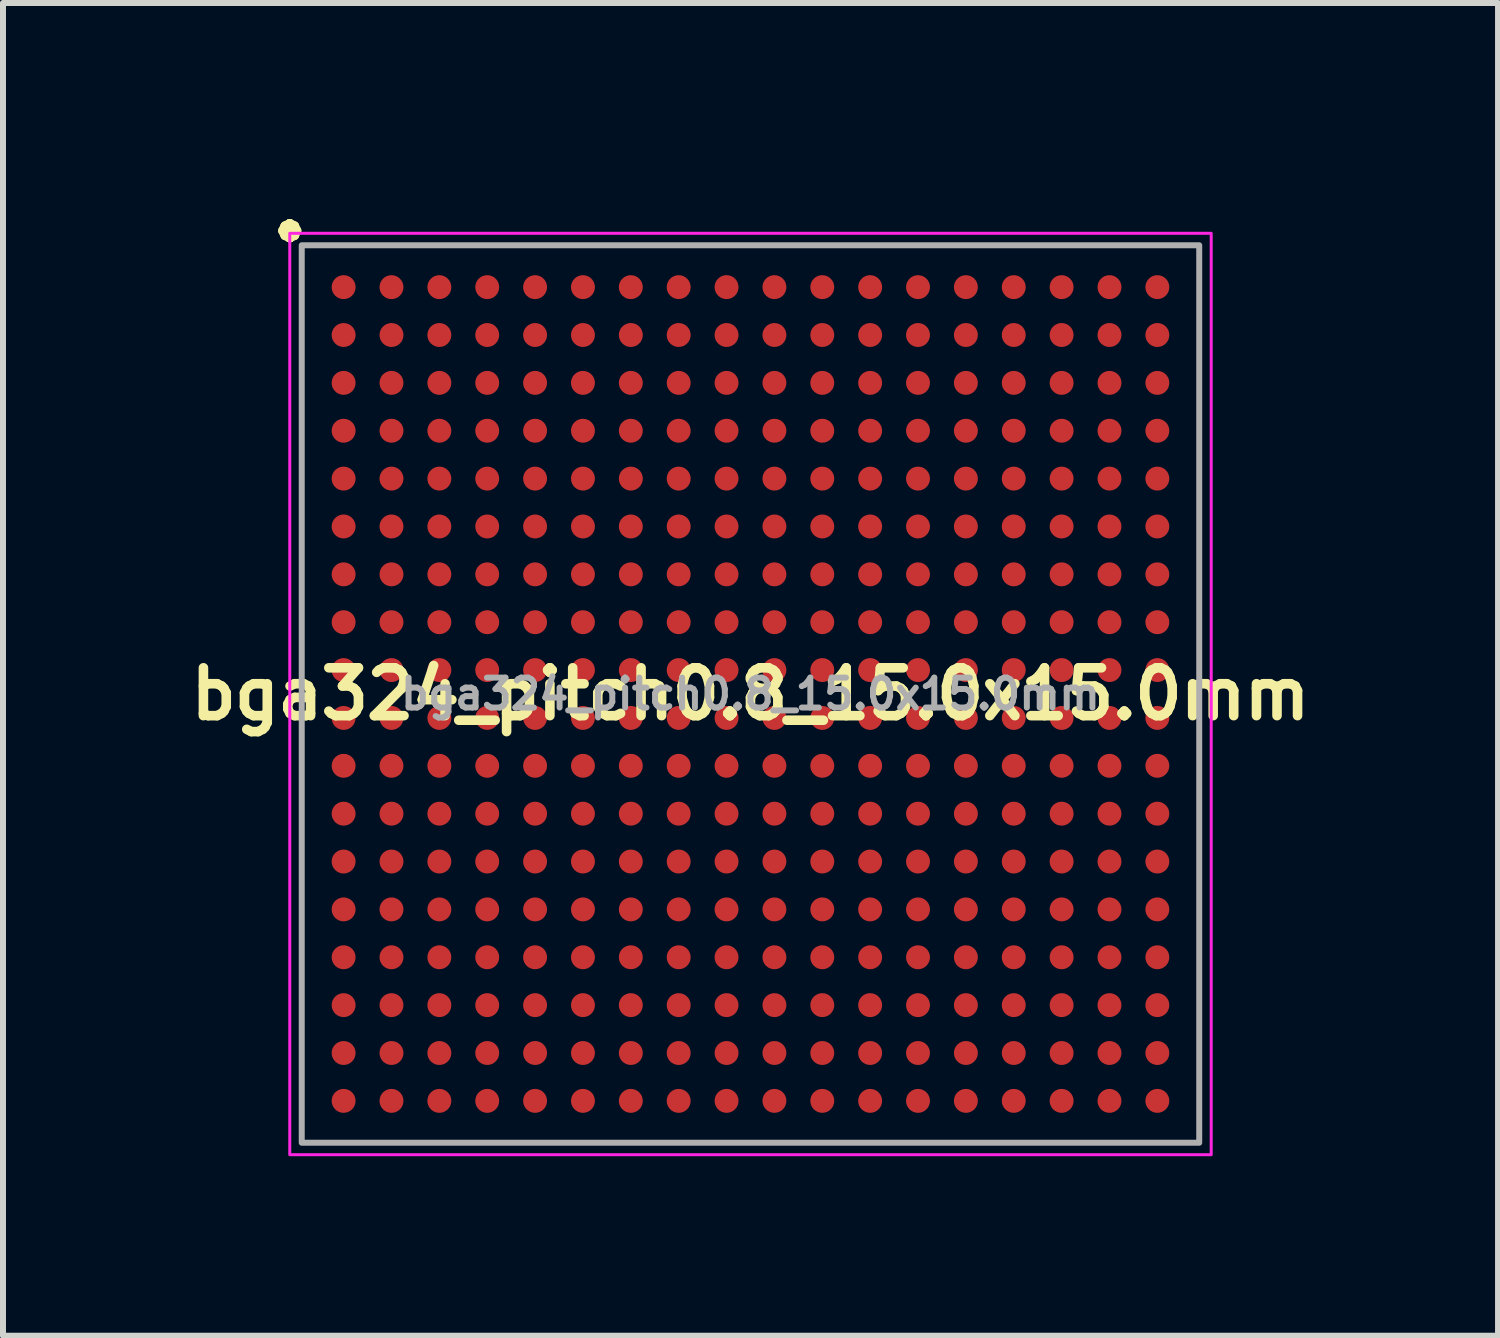
<source format=kicad_pcb>
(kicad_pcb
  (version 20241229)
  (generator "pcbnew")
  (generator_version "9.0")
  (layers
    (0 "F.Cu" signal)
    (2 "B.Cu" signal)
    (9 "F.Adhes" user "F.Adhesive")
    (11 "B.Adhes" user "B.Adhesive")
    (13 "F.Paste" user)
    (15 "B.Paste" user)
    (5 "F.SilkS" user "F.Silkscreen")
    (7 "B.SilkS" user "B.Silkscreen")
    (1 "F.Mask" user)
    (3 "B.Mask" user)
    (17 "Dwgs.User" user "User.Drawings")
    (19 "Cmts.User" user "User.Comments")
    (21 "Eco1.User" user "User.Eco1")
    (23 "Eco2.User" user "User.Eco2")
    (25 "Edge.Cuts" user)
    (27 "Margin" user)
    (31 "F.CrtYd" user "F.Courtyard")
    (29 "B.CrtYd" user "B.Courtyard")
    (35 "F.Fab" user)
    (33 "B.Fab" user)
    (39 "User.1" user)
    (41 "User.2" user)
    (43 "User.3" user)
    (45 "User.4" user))
  (footprint "bga324_pitch0.8_15.0x15.0mm"
    (layer "F.Cu")
    (at 9.493 8.549)
    (property "Reference" "bga324_pitch0.8_15.0x15.0mm" (at 0 0 0) (layer "F.SilkS") (effects (font (size 0.8 0.8) (thickness 0.16))))
    (property "Pin_1_mark" "•" (at -7.7 -7.8 0) (layer "F.SilkS") (effects (font (size 0.8 0.8) (thickness 0.16) (bold yes))))
    (attr smd)
    (fp_rect (start -7.7 -7.7) (end 7.7 7.7) (stroke (width 0.05) (type solid)) (fill no) (layer "F.CrtYd"))
    (fp_rect (start -7.5 -7.5) (end 7.5 7.5) (stroke (width 0.1) (type solid)) (fill no) (layer "F.Fab"))
    (fp_text user "${REFERENCE}" (at 0 0 0) (layer "F.Fab") (effects (font (size 0.5 0.5) (thickness 0.1))))
    (pad "A1" smd circle (at -6.8 -6.8) (size 0.4 0.4) (layers "F.Cu" "F.Mask" "F.Paste"))
    (pad "A2" smd circle (at -6 -6.8) (size 0.4 0.4) (layers "F.Cu" "F.Mask" "F.Paste"))
    (pad "A3" smd circle (at -5.2 -6.8) (size 0.4 0.4) (layers "F.Cu" "F.Mask" "F.Paste"))
    (pad "A4" smd circle (at -4.4 -6.8) (size 0.4 0.4) (layers "F.Cu" "F.Mask" "F.Paste"))
    (pad "A5" smd circle (at -3.6 -6.8) (size 0.4 0.4) (layers "F.Cu" "F.Mask" "F.Paste"))
    (pad "A6" smd circle (at -2.8 -6.8) (size 0.4 0.4) (layers "F.Cu" "F.Mask" "F.Paste"))
    (pad "A7" smd circle (at -2 -6.8) (size 0.4 0.4) (layers "F.Cu" "F.Mask" "F.Paste"))
    (pad "A8" smd circle (at -1.2 -6.8) (size 0.4 0.4) (layers "F.Cu" "F.Mask" "F.Paste"))
    (pad "A9" smd circle (at -0.4 -6.8) (size 0.4 0.4) (layers "F.Cu" "F.Mask" "F.Paste"))
    (pad "A10" smd circle (at 0.4 -6.8) (size 0.4 0.4) (layers "F.Cu" "F.Mask" "F.Paste"))
    (pad "A11" smd circle (at 1.2 -6.8) (size 0.4 0.4) (layers "F.Cu" "F.Mask" "F.Paste"))
    (pad "A12" smd circle (at 2 -6.8) (size 0.4 0.4) (layers "F.Cu" "F.Mask" "F.Paste"))
    (pad "A13" smd circle (at 2.8 -6.8) (size 0.4 0.4) (layers "F.Cu" "F.Mask" "F.Paste"))
    (pad "A14" smd circle (at 3.6 -6.8) (size 0.4 0.4) (layers "F.Cu" "F.Mask" "F.Paste"))
    (pad "A15" smd circle (at 4.4 -6.8) (size 0.4 0.4) (layers "F.Cu" "F.Mask" "F.Paste"))
    (pad "A16" smd circle (at 5.2 -6.8) (size 0.4 0.4) (layers "F.Cu" "F.Mask" "F.Paste"))
    (pad "A17" smd circle (at 6 -6.8) (size 0.4 0.4) (layers "F.Cu" "F.Mask" "F.Paste"))
    (pad "A18" smd circle (at 6.8 -6.8) (size 0.4 0.4) (layers "F.Cu" "F.Mask" "F.Paste"))
    (pad "B1" smd circle (at -6.8 -6) (size 0.4 0.4) (layers "F.Cu" "F.Mask" "F.Paste"))
    (pad "B2" smd circle (at -6 -6) (size 0.4 0.4) (layers "F.Cu" "F.Mask" "F.Paste"))
    (pad "B3" smd circle (at -5.2 -6) (size 0.4 0.4) (layers "F.Cu" "F.Mask" "F.Paste"))
    (pad "B4" smd circle (at -4.4 -6) (size 0.4 0.4) (layers "F.Cu" "F.Mask" "F.Paste"))
    (pad "B5" smd circle (at -3.6 -6) (size 0.4 0.4) (layers "F.Cu" "F.Mask" "F.Paste"))
    (pad "B6" smd circle (at -2.8 -6) (size 0.4 0.4) (layers "F.Cu" "F.Mask" "F.Paste"))
    (pad "B7" smd circle (at -2 -6) (size 0.4 0.4) (layers "F.Cu" "F.Mask" "F.Paste"))
    (pad "B8" smd circle (at -1.2 -6) (size 0.4 0.4) (layers "F.Cu" "F.Mask" "F.Paste"))
    (pad "B9" smd circle (at -0.4 -6) (size 0.4 0.4) (layers "F.Cu" "F.Mask" "F.Paste"))
    (pad "B10" smd circle (at 0.4 -6) (size 0.4 0.4) (layers "F.Cu" "F.Mask" "F.Paste"))
    (pad "B11" smd circle (at 1.2 -6) (size 0.4 0.4) (layers "F.Cu" "F.Mask" "F.Paste"))
    (pad "B12" smd circle (at 2 -6) (size 0.4 0.4) (layers "F.Cu" "F.Mask" "F.Paste"))
    (pad "B13" smd circle (at 2.8 -6) (size 0.4 0.4) (layers "F.Cu" "F.Mask" "F.Paste"))
    (pad "B14" smd circle (at 3.6 -6) (size 0.4 0.4) (layers "F.Cu" "F.Mask" "F.Paste"))
    (pad "B15" smd circle (at 4.4 -6) (size 0.4 0.4) (layers "F.Cu" "F.Mask" "F.Paste"))
    (pad "B16" smd circle (at 5.2 -6) (size 0.4 0.4) (layers "F.Cu" "F.Mask" "F.Paste"))
    (pad "B17" smd circle (at 6 -6) (size 0.4 0.4) (layers "F.Cu" "F.Mask" "F.Paste"))
    (pad "B18" smd circle (at 6.8 -6) (size 0.4 0.4) (layers "F.Cu" "F.Mask" "F.Paste"))
    (pad "C1" smd circle (at -6.8 -5.2) (size 0.4 0.4) (layers "F.Cu" "F.Mask" "F.Paste"))
    (pad "C2" smd circle (at -6 -5.2) (size 0.4 0.4) (layers "F.Cu" "F.Mask" "F.Paste"))
    (pad "C3" smd circle (at -5.2 -5.2) (size 0.4 0.4) (layers "F.Cu" "F.Mask" "F.Paste"))
    (pad "C4" smd circle (at -4.4 -5.2) (size 0.4 0.4) (layers "F.Cu" "F.Mask" "F.Paste"))
    (pad "C5" smd circle (at -3.6 -5.2) (size 0.4 0.4) (layers "F.Cu" "F.Mask" "F.Paste"))
    (pad "C6" smd circle (at -2.8 -5.2) (size 0.4 0.4) (layers "F.Cu" "F.Mask" "F.Paste"))
    (pad "C7" smd circle (at -2 -5.2) (size 0.4 0.4) (layers "F.Cu" "F.Mask" "F.Paste"))
    (pad "C8" smd circle (at -1.2 -5.2) (size 0.4 0.4) (layers "F.Cu" "F.Mask" "F.Paste"))
    (pad "C9" smd circle (at -0.4 -5.2) (size 0.4 0.4) (layers "F.Cu" "F.Mask" "F.Paste"))
    (pad "C10" smd circle (at 0.4 -5.2) (size 0.4 0.4) (layers "F.Cu" "F.Mask" "F.Paste"))
    (pad "C11" smd circle (at 1.2 -5.2) (size 0.4 0.4) (layers "F.Cu" "F.Mask" "F.Paste"))
    (pad "C12" smd circle (at 2 -5.2) (size 0.4 0.4) (layers "F.Cu" "F.Mask" "F.Paste"))
    (pad "C13" smd circle (at 2.8 -5.2) (size 0.4 0.4) (layers "F.Cu" "F.Mask" "F.Paste"))
    (pad "C14" smd circle (at 3.6 -5.2) (size 0.4 0.4) (layers "F.Cu" "F.Mask" "F.Paste"))
    (pad "C15" smd circle (at 4.4 -5.2) (size 0.4 0.4) (layers "F.Cu" "F.Mask" "F.Paste"))
    (pad "C16" smd circle (at 5.2 -5.2) (size 0.4 0.4) (layers "F.Cu" "F.Mask" "F.Paste"))
    (pad "C17" smd circle (at 6 -5.2) (size 0.4 0.4) (layers "F.Cu" "F.Mask" "F.Paste"))
    (pad "C18" smd circle (at 6.8 -5.2) (size 0.4 0.4) (layers "F.Cu" "F.Mask" "F.Paste"))
    (pad "D1" smd circle (at -6.8 -4.4) (size 0.4 0.4) (layers "F.Cu" "F.Mask" "F.Paste"))
    (pad "D2" smd circle (at -6 -4.4) (size 0.4 0.4) (layers "F.Cu" "F.Mask" "F.Paste"))
    (pad "D3" smd circle (at -5.2 -4.4) (size 0.4 0.4) (layers "F.Cu" "F.Mask" "F.Paste"))
    (pad "D4" smd circle (at -4.4 -4.4) (size 0.4 0.4) (layers "F.Cu" "F.Mask" "F.Paste"))
    (pad "D5" smd circle (at -3.6 -4.4) (size 0.4 0.4) (layers "F.Cu" "F.Mask" "F.Paste"))
    (pad "D6" smd circle (at -2.8 -4.4) (size 0.4 0.4) (layers "F.Cu" "F.Mask" "F.Paste"))
    (pad "D7" smd circle (at -2 -4.4) (size 0.4 0.4) (layers "F.Cu" "F.Mask" "F.Paste"))
    (pad "D8" smd circle (at -1.2 -4.4) (size 0.4 0.4) (layers "F.Cu" "F.Mask" "F.Paste"))
    (pad "D9" smd circle (at -0.4 -4.4) (size 0.4 0.4) (layers "F.Cu" "F.Mask" "F.Paste"))
    (pad "D10" smd circle (at 0.4 -4.4) (size 0.4 0.4) (layers "F.Cu" "F.Mask" "F.Paste"))
    (pad "D11" smd circle (at 1.2 -4.4) (size 0.4 0.4) (layers "F.Cu" "F.Mask" "F.Paste"))
    (pad "D12" smd circle (at 2 -4.4) (size 0.4 0.4) (layers "F.Cu" "F.Mask" "F.Paste"))
    (pad "D13" smd circle (at 2.8 -4.4) (size 0.4 0.4) (layers "F.Cu" "F.Mask" "F.Paste"))
    (pad "D14" smd circle (at 3.6 -4.4) (size 0.4 0.4) (layers "F.Cu" "F.Mask" "F.Paste"))
    (pad "D15" smd circle (at 4.4 -4.4) (size 0.4 0.4) (layers "F.Cu" "F.Mask" "F.Paste"))
    (pad "D16" smd circle (at 5.2 -4.4) (size 0.4 0.4) (layers "F.Cu" "F.Mask" "F.Paste"))
    (pad "D17" smd circle (at 6 -4.4) (size 0.4 0.4) (layers "F.Cu" "F.Mask" "F.Paste"))
    (pad "D18" smd circle (at 6.8 -4.4) (size 0.4 0.4) (layers "F.Cu" "F.Mask" "F.Paste"))
    (pad "E1" smd circle (at -6.8 -3.6) (size 0.4 0.4) (layers "F.Cu" "F.Mask" "F.Paste"))
    (pad "E2" smd circle (at -6 -3.6) (size 0.4 0.4) (layers "F.Cu" "F.Mask" "F.Paste"))
    (pad "E3" smd circle (at -5.2 -3.6) (size 0.4 0.4) (layers "F.Cu" "F.Mask" "F.Paste"))
    (pad "E4" smd circle (at -4.4 -3.6) (size 0.4 0.4) (layers "F.Cu" "F.Mask" "F.Paste"))
    (pad "E5" smd circle (at -3.6 -3.6) (size 0.4 0.4) (layers "F.Cu" "F.Mask" "F.Paste"))
    (pad "E6" smd circle (at -2.8 -3.6) (size 0.4 0.4) (layers "F.Cu" "F.Mask" "F.Paste"))
    (pad "E7" smd circle (at -2 -3.6) (size 0.4 0.4) (layers "F.Cu" "F.Mask" "F.Paste"))
    (pad "E8" smd circle (at -1.2 -3.6) (size 0.4 0.4) (layers "F.Cu" "F.Mask" "F.Paste"))
    (pad "E9" smd circle (at -0.4 -3.6) (size 0.4 0.4) (layers "F.Cu" "F.Mask" "F.Paste"))
    (pad "E10" smd circle (at 0.4 -3.6) (size 0.4 0.4) (layers "F.Cu" "F.Mask" "F.Paste"))
    (pad "E11" smd circle (at 1.2 -3.6) (size 0.4 0.4) (layers "F.Cu" "F.Mask" "F.Paste"))
    (pad "E12" smd circle (at 2 -3.6) (size 0.4 0.4) (layers "F.Cu" "F.Mask" "F.Paste"))
    (pad "E13" smd circle (at 2.8 -3.6) (size 0.4 0.4) (layers "F.Cu" "F.Mask" "F.Paste"))
    (pad "E14" smd circle (at 3.6 -3.6) (size 0.4 0.4) (layers "F.Cu" "F.Mask" "F.Paste"))
    (pad "E15" smd circle (at 4.4 -3.6) (size 0.4 0.4) (layers "F.Cu" "F.Mask" "F.Paste"))
    (pad "E16" smd circle (at 5.2 -3.6) (size 0.4 0.4) (layers "F.Cu" "F.Mask" "F.Paste"))
    (pad "E17" smd circle (at 6 -3.6) (size 0.4 0.4) (layers "F.Cu" "F.Mask" "F.Paste"))
    (pad "E18" smd circle (at 6.8 -3.6) (size 0.4 0.4) (layers "F.Cu" "F.Mask" "F.Paste"))
    (pad "F1" smd circle (at -6.8 -2.8) (size 0.4 0.4) (layers "F.Cu" "F.Mask" "F.Paste"))
    (pad "F2" smd circle (at -6 -2.8) (size 0.4 0.4) (layers "F.Cu" "F.Mask" "F.Paste"))
    (pad "F3" smd circle (at -5.2 -2.8) (size 0.4 0.4) (layers "F.Cu" "F.Mask" "F.Paste"))
    (pad "F4" smd circle (at -4.4 -2.8) (size 0.4 0.4) (layers "F.Cu" "F.Mask" "F.Paste"))
    (pad "F5" smd circle (at -3.6 -2.8) (size 0.4 0.4) (layers "F.Cu" "F.Mask" "F.Paste"))
    (pad "F6" smd circle (at -2.8 -2.8) (size 0.4 0.4) (layers "F.Cu" "F.Mask" "F.Paste"))
    (pad "F7" smd circle (at -2 -2.8) (size 0.4 0.4) (layers "F.Cu" "F.Mask" "F.Paste"))
    (pad "F8" smd circle (at -1.2 -2.8) (size 0.4 0.4) (layers "F.Cu" "F.Mask" "F.Paste"))
    (pad "F9" smd circle (at -0.4 -2.8) (size 0.4 0.4) (layers "F.Cu" "F.Mask" "F.Paste"))
    (pad "F10" smd circle (at 0.4 -2.8) (size 0.4 0.4) (layers "F.Cu" "F.Mask" "F.Paste"))
    (pad "F11" smd circle (at 1.2 -2.8) (size 0.4 0.4) (layers "F.Cu" "F.Mask" "F.Paste"))
    (pad "F12" smd circle (at 2 -2.8) (size 0.4 0.4) (layers "F.Cu" "F.Mask" "F.Paste"))
    (pad "F13" smd circle (at 2.8 -2.8) (size 0.4 0.4) (layers "F.Cu" "F.Mask" "F.Paste"))
    (pad "F14" smd circle (at 3.6 -2.8) (size 0.4 0.4) (layers "F.Cu" "F.Mask" "F.Paste"))
    (pad "F15" smd circle (at 4.4 -2.8) (size 0.4 0.4) (layers "F.Cu" "F.Mask" "F.Paste"))
    (pad "F16" smd circle (at 5.2 -2.8) (size 0.4 0.4) (layers "F.Cu" "F.Mask" "F.Paste"))
    (pad "F17" smd circle (at 6 -2.8) (size 0.4 0.4) (layers "F.Cu" "F.Mask" "F.Paste"))
    (pad "F18" smd circle (at 6.8 -2.8) (size 0.4 0.4) (layers "F.Cu" "F.Mask" "F.Paste"))
    (pad "G1" smd circle (at -6.8 -2) (size 0.4 0.4) (layers "F.Cu" "F.Mask" "F.Paste"))
    (pad "G2" smd circle (at -6 -2) (size 0.4 0.4) (layers "F.Cu" "F.Mask" "F.Paste"))
    (pad "G3" smd circle (at -5.2 -2) (size 0.4 0.4) (layers "F.Cu" "F.Mask" "F.Paste"))
    (pad "G4" smd circle (at -4.4 -2) (size 0.4 0.4) (layers "F.Cu" "F.Mask" "F.Paste"))
    (pad "G5" smd circle (at -3.6 -2) (size 0.4 0.4) (layers "F.Cu" "F.Mask" "F.Paste"))
    (pad "G6" smd circle (at -2.8 -2) (size 0.4 0.4) (layers "F.Cu" "F.Mask" "F.Paste"))
    (pad "G7" smd circle (at -2 -2) (size 0.4 0.4) (layers "F.Cu" "F.Mask" "F.Paste"))
    (pad "G8" smd circle (at -1.2 -2) (size 0.4 0.4) (layers "F.Cu" "F.Mask" "F.Paste"))
    (pad "G9" smd circle (at -0.4 -2) (size 0.4 0.4) (layers "F.Cu" "F.Mask" "F.Paste"))
    (pad "G10" smd circle (at 0.4 -2) (size 0.4 0.4) (layers "F.Cu" "F.Mask" "F.Paste"))
    (pad "G11" smd circle (at 1.2 -2) (size 0.4 0.4) (layers "F.Cu" "F.Mask" "F.Paste"))
    (pad "G12" smd circle (at 2 -2) (size 0.4 0.4) (layers "F.Cu" "F.Mask" "F.Paste"))
    (pad "G13" smd circle (at 2.8 -2) (size 0.4 0.4) (layers "F.Cu" "F.Mask" "F.Paste"))
    (pad "G14" smd circle (at 3.6 -2) (size 0.4 0.4) (layers "F.Cu" "F.Mask" "F.Paste"))
    (pad "G15" smd circle (at 4.4 -2) (size 0.4 0.4) (layers "F.Cu" "F.Mask" "F.Paste"))
    (pad "G16" smd circle (at 5.2 -2) (size 0.4 0.4) (layers "F.Cu" "F.Mask" "F.Paste"))
    (pad "G17" smd circle (at 6 -2) (size 0.4 0.4) (layers "F.Cu" "F.Mask" "F.Paste"))
    (pad "G18" smd circle (at 6.8 -2) (size 0.4 0.4) (layers "F.Cu" "F.Mask" "F.Paste"))
    (pad "H1" smd circle (at -6.8 -1.2) (size 0.4 0.4) (layers "F.Cu" "F.Mask" "F.Paste"))
    (pad "H2" smd circle (at -6 -1.2) (size 0.4 0.4) (layers "F.Cu" "F.Mask" "F.Paste"))
    (pad "H3" smd circle (at -5.2 -1.2) (size 0.4 0.4) (layers "F.Cu" "F.Mask" "F.Paste"))
    (pad "H4" smd circle (at -4.4 -1.2) (size 0.4 0.4) (layers "F.Cu" "F.Mask" "F.Paste"))
    (pad "H5" smd circle (at -3.6 -1.2) (size 0.4 0.4) (layers "F.Cu" "F.Mask" "F.Paste"))
    (pad "H6" smd circle (at -2.8 -1.2) (size 0.4 0.4) (layers "F.Cu" "F.Mask" "F.Paste"))
    (pad "H7" smd circle (at -2 -1.2) (size 0.4 0.4) (layers "F.Cu" "F.Mask" "F.Paste"))
    (pad "H8" smd circle (at -1.2 -1.2) (size 0.4 0.4) (layers "F.Cu" "F.Mask" "F.Paste"))
    (pad "H9" smd circle (at -0.4 -1.2) (size 0.4 0.4) (layers "F.Cu" "F.Mask" "F.Paste"))
    (pad "H10" smd circle (at 0.4 -1.2) (size 0.4 0.4) (layers "F.Cu" "F.Mask" "F.Paste"))
    (pad "H11" smd circle (at 1.2 -1.2) (size 0.4 0.4) (layers "F.Cu" "F.Mask" "F.Paste"))
    (pad "H12" smd circle (at 2 -1.2) (size 0.4 0.4) (layers "F.Cu" "F.Mask" "F.Paste"))
    (pad "H13" smd circle (at 2.8 -1.2) (size 0.4 0.4) (layers "F.Cu" "F.Mask" "F.Paste"))
    (pad "H14" smd circle (at 3.6 -1.2) (size 0.4 0.4) (layers "F.Cu" "F.Mask" "F.Paste"))
    (pad "H15" smd circle (at 4.4 -1.2) (size 0.4 0.4) (layers "F.Cu" "F.Mask" "F.Paste"))
    (pad "H16" smd circle (at 5.2 -1.2) (size 0.4 0.4) (layers "F.Cu" "F.Mask" "F.Paste"))
    (pad "H17" smd circle (at 6 -1.2) (size 0.4 0.4) (layers "F.Cu" "F.Mask" "F.Paste"))
    (pad "H18" smd circle (at 6.8 -1.2) (size 0.4 0.4) (layers "F.Cu" "F.Mask" "F.Paste"))
    (pad "J1" smd circle (at -6.8 -0.4) (size 0.4 0.4) (layers "F.Cu" "F.Mask" "F.Paste"))
    (pad "J2" smd circle (at -6 -0.4) (size 0.4 0.4) (layers "F.Cu" "F.Mask" "F.Paste"))
    (pad "J3" smd circle (at -5.2 -0.4) (size 0.4 0.4) (layers "F.Cu" "F.Mask" "F.Paste"))
    (pad "J4" smd circle (at -4.4 -0.4) (size 0.4 0.4) (layers "F.Cu" "F.Mask" "F.Paste"))
    (pad "J5" smd circle (at -3.6 -0.4) (size 0.4 0.4) (layers "F.Cu" "F.Mask" "F.Paste"))
    (pad "J6" smd circle (at -2.8 -0.4) (size 0.4 0.4) (layers "F.Cu" "F.Mask" "F.Paste"))
    (pad "J7" smd circle (at -2 -0.4) (size 0.4 0.4) (layers "F.Cu" "F.Mask" "F.Paste"))
    (pad "J8" smd circle (at -1.2 -0.4) (size 0.4 0.4) (layers "F.Cu" "F.Mask" "F.Paste"))
    (pad "J9" smd circle (at -0.4 -0.4) (size 0.4 0.4) (layers "F.Cu" "F.Mask" "F.Paste"))
    (pad "J10" smd circle (at 0.4 -0.4) (size 0.4 0.4) (layers "F.Cu" "F.Mask" "F.Paste"))
    (pad "J11" smd circle (at 1.2 -0.4) (size 0.4 0.4) (layers "F.Cu" "F.Mask" "F.Paste"))
    (pad "J12" smd circle (at 2 -0.4) (size 0.4 0.4) (layers "F.Cu" "F.Mask" "F.Paste"))
    (pad "J13" smd circle (at 2.8 -0.4) (size 0.4 0.4) (layers "F.Cu" "F.Mask" "F.Paste"))
    (pad "J14" smd circle (at 3.6 -0.4) (size 0.4 0.4) (layers "F.Cu" "F.Mask" "F.Paste"))
    (pad "J15" smd circle (at 4.4 -0.4) (size 0.4 0.4) (layers "F.Cu" "F.Mask" "F.Paste"))
    (pad "J16" smd circle (at 5.2 -0.4) (size 0.4 0.4) (layers "F.Cu" "F.Mask" "F.Paste"))
    (pad "J17" smd circle (at 6 -0.4) (size 0.4 0.4) (layers "F.Cu" "F.Mask" "F.Paste"))
    (pad "J18" smd circle (at 6.8 -0.4) (size 0.4 0.4) (layers "F.Cu" "F.Mask" "F.Paste"))
    (pad "K1" smd circle (at -6.8 0.4) (size 0.4 0.4) (layers "F.Cu" "F.Mask" "F.Paste"))
    (pad "K2" smd circle (at -6 0.4) (size 0.4 0.4) (layers "F.Cu" "F.Mask" "F.Paste"))
    (pad "K3" smd circle (at -5.2 0.4) (size 0.4 0.4) (layers "F.Cu" "F.Mask" "F.Paste"))
    (pad "K4" smd circle (at -4.4 0.4) (size 0.4 0.4) (layers "F.Cu" "F.Mask" "F.Paste"))
    (pad "K5" smd circle (at -3.6 0.4) (size 0.4 0.4) (layers "F.Cu" "F.Mask" "F.Paste"))
    (pad "K6" smd circle (at -2.8 0.4) (size 0.4 0.4) (layers "F.Cu" "F.Mask" "F.Paste"))
    (pad "K7" smd circle (at -2 0.4) (size 0.4 0.4) (layers "F.Cu" "F.Mask" "F.Paste"))
    (pad "K8" smd circle (at -1.2 0.4) (size 0.4 0.4) (layers "F.Cu" "F.Mask" "F.Paste"))
    (pad "K9" smd circle (at -0.4 0.4) (size 0.4 0.4) (layers "F.Cu" "F.Mask" "F.Paste"))
    (pad "K10" smd circle (at 0.4 0.4) (size 0.4 0.4) (layers "F.Cu" "F.Mask" "F.Paste"))
    (pad "K11" smd circle (at 1.2 0.4) (size 0.4 0.4) (layers "F.Cu" "F.Mask" "F.Paste"))
    (pad "K12" smd circle (at 2 0.4) (size 0.4 0.4) (layers "F.Cu" "F.Mask" "F.Paste"))
    (pad "K13" smd circle (at 2.8 0.4) (size 0.4 0.4) (layers "F.Cu" "F.Mask" "F.Paste"))
    (pad "K14" smd circle (at 3.6 0.4) (size 0.4 0.4) (layers "F.Cu" "F.Mask" "F.Paste"))
    (pad "K15" smd circle (at 4.4 0.4) (size 0.4 0.4) (layers "F.Cu" "F.Mask" "F.Paste"))
    (pad "K16" smd circle (at 5.2 0.4) (size 0.4 0.4) (layers "F.Cu" "F.Mask" "F.Paste"))
    (pad "K17" smd circle (at 6 0.4) (size 0.4 0.4) (layers "F.Cu" "F.Mask" "F.Paste"))
    (pad "K18" smd circle (at 6.8 0.4) (size 0.4 0.4) (layers "F.Cu" "F.Mask" "F.Paste"))
    (pad "L1" smd circle (at -6.8 1.2) (size 0.4 0.4) (layers "F.Cu" "F.Mask" "F.Paste"))
    (pad "L2" smd circle (at -6 1.2) (size 0.4 0.4) (layers "F.Cu" "F.Mask" "F.Paste"))
    (pad "L3" smd circle (at -5.2 1.2) (size 0.4 0.4) (layers "F.Cu" "F.Mask" "F.Paste"))
    (pad "L4" smd circle (at -4.4 1.2) (size 0.4 0.4) (layers "F.Cu" "F.Mask" "F.Paste"))
    (pad "L5" smd circle (at -3.6 1.2) (size 0.4 0.4) (layers "F.Cu" "F.Mask" "F.Paste"))
    (pad "L6" smd circle (at -2.8 1.2) (size 0.4 0.4) (layers "F.Cu" "F.Mask" "F.Paste"))
    (pad "L7" smd circle (at -2 1.2) (size 0.4 0.4) (layers "F.Cu" "F.Mask" "F.Paste"))
    (pad "L8" smd circle (at -1.2 1.2) (size 0.4 0.4) (layers "F.Cu" "F.Mask" "F.Paste"))
    (pad "L9" smd circle (at -0.4 1.2) (size 0.4 0.4) (layers "F.Cu" "F.Mask" "F.Paste"))
    (pad "L10" smd circle (at 0.4 1.2) (size 0.4 0.4) (layers "F.Cu" "F.Mask" "F.Paste"))
    (pad "L11" smd circle (at 1.2 1.2) (size 0.4 0.4) (layers "F.Cu" "F.Mask" "F.Paste"))
    (pad "L12" smd circle (at 2 1.2) (size 0.4 0.4) (layers "F.Cu" "F.Mask" "F.Paste"))
    (pad "L13" smd circle (at 2.8 1.2) (size 0.4 0.4) (layers "F.Cu" "F.Mask" "F.Paste"))
    (pad "L14" smd circle (at 3.6 1.2) (size 0.4 0.4) (layers "F.Cu" "F.Mask" "F.Paste"))
    (pad "L15" smd circle (at 4.4 1.2) (size 0.4 0.4) (layers "F.Cu" "F.Mask" "F.Paste"))
    (pad "L16" smd circle (at 5.2 1.2) (size 0.4 0.4) (layers "F.Cu" "F.Mask" "F.Paste"))
    (pad "L17" smd circle (at 6 1.2) (size 0.4 0.4) (layers "F.Cu" "F.Mask" "F.Paste"))
    (pad "L18" smd circle (at 6.8 1.2) (size 0.4 0.4) (layers "F.Cu" "F.Mask" "F.Paste"))
    (pad "M1" smd circle (at -6.8 2) (size 0.4 0.4) (layers "F.Cu" "F.Mask" "F.Paste"))
    (pad "M2" smd circle (at -6 2) (size 0.4 0.4) (layers "F.Cu" "F.Mask" "F.Paste"))
    (pad "M3" smd circle (at -5.2 2) (size 0.4 0.4) (layers "F.Cu" "F.Mask" "F.Paste"))
    (pad "M4" smd circle (at -4.4 2) (size 0.4 0.4) (layers "F.Cu" "F.Mask" "F.Paste"))
    (pad "M5" smd circle (at -3.6 2) (size 0.4 0.4) (layers "F.Cu" "F.Mask" "F.Paste"))
    (pad "M6" smd circle (at -2.8 2) (size 0.4 0.4) (layers "F.Cu" "F.Mask" "F.Paste"))
    (pad "M7" smd circle (at -2 2) (size 0.4 0.4) (layers "F.Cu" "F.Mask" "F.Paste"))
    (pad "M8" smd circle (at -1.2 2) (size 0.4 0.4) (layers "F.Cu" "F.Mask" "F.Paste"))
    (pad "M9" smd circle (at -0.4 2) (size 0.4 0.4) (layers "F.Cu" "F.Mask" "F.Paste"))
    (pad "M10" smd circle (at 0.4 2) (size 0.4 0.4) (layers "F.Cu" "F.Mask" "F.Paste"))
    (pad "M11" smd circle (at 1.2 2) (size 0.4 0.4) (layers "F.Cu" "F.Mask" "F.Paste"))
    (pad "M12" smd circle (at 2 2) (size 0.4 0.4) (layers "F.Cu" "F.Mask" "F.Paste"))
    (pad "M13" smd circle (at 2.8 2) (size 0.4 0.4) (layers "F.Cu" "F.Mask" "F.Paste"))
    (pad "M14" smd circle (at 3.6 2) (size 0.4 0.4) (layers "F.Cu" "F.Mask" "F.Paste"))
    (pad "M15" smd circle (at 4.4 2) (size 0.4 0.4) (layers "F.Cu" "F.Mask" "F.Paste"))
    (pad "M16" smd circle (at 5.2 2) (size 0.4 0.4) (layers "F.Cu" "F.Mask" "F.Paste"))
    (pad "M17" smd circle (at 6 2) (size 0.4 0.4) (layers "F.Cu" "F.Mask" "F.Paste"))
    (pad "M18" smd circle (at 6.8 2) (size 0.4 0.4) (layers "F.Cu" "F.Mask" "F.Paste"))
    (pad "N1" smd circle (at -6.8 2.8) (size 0.4 0.4) (layers "F.Cu" "F.Mask" "F.Paste"))
    (pad "N2" smd circle (at -6 2.8) (size 0.4 0.4) (layers "F.Cu" "F.Mask" "F.Paste"))
    (pad "N3" smd circle (at -5.2 2.8) (size 0.4 0.4) (layers "F.Cu" "F.Mask" "F.Paste"))
    (pad "N4" smd circle (at -4.4 2.8) (size 0.4 0.4) (layers "F.Cu" "F.Mask" "F.Paste"))
    (pad "N5" smd circle (at -3.6 2.8) (size 0.4 0.4) (layers "F.Cu" "F.Mask" "F.Paste"))
    (pad "N6" smd circle (at -2.8 2.8) (size 0.4 0.4) (layers "F.Cu" "F.Mask" "F.Paste"))
    (pad "N7" smd circle (at -2 2.8) (size 0.4 0.4) (layers "F.Cu" "F.Mask" "F.Paste"))
    (pad "N8" smd circle (at -1.2 2.8) (size 0.4 0.4) (layers "F.Cu" "F.Mask" "F.Paste"))
    (pad "N9" smd circle (at -0.4 2.8) (size 0.4 0.4) (layers "F.Cu" "F.Mask" "F.Paste"))
    (pad "N10" smd circle (at 0.4 2.8) (size 0.4 0.4) (layers "F.Cu" "F.Mask" "F.Paste"))
    (pad "N11" smd circle (at 1.2 2.8) (size 0.4 0.4) (layers "F.Cu" "F.Mask" "F.Paste"))
    (pad "N12" smd circle (at 2 2.8) (size 0.4 0.4) (layers "F.Cu" "F.Mask" "F.Paste"))
    (pad "N13" smd circle (at 2.8 2.8) (size 0.4 0.4) (layers "F.Cu" "F.Mask" "F.Paste"))
    (pad "N14" smd circle (at 3.6 2.8) (size 0.4 0.4) (layers "F.Cu" "F.Mask" "F.Paste"))
    (pad "N15" smd circle (at 4.4 2.8) (size 0.4 0.4) (layers "F.Cu" "F.Mask" "F.Paste"))
    (pad "N16" smd circle (at 5.2 2.8) (size 0.4 0.4) (layers "F.Cu" "F.Mask" "F.Paste"))
    (pad "N17" smd circle (at 6 2.8) (size 0.4 0.4) (layers "F.Cu" "F.Mask" "F.Paste"))
    (pad "N18" smd circle (at 6.8 2.8) (size 0.4 0.4) (layers "F.Cu" "F.Mask" "F.Paste"))
    (pad "P1" smd circle (at -6.8 3.6) (size 0.4 0.4) (layers "F.Cu" "F.Mask" "F.Paste"))
    (pad "P2" smd circle (at -6 3.6) (size 0.4 0.4) (layers "F.Cu" "F.Mask" "F.Paste"))
    (pad "P3" smd circle (at -5.2 3.6) (size 0.4 0.4) (layers "F.Cu" "F.Mask" "F.Paste"))
    (pad "P4" smd circle (at -4.4 3.6) (size 0.4 0.4) (layers "F.Cu" "F.Mask" "F.Paste"))
    (pad "P5" smd circle (at -3.6 3.6) (size 0.4 0.4) (layers "F.Cu" "F.Mask" "F.Paste"))
    (pad "P6" smd circle (at -2.8 3.6) (size 0.4 0.4) (layers "F.Cu" "F.Mask" "F.Paste"))
    (pad "P7" smd circle (at -2 3.6) (size 0.4 0.4) (layers "F.Cu" "F.Mask" "F.Paste"))
    (pad "P8" smd circle (at -1.2 3.6) (size 0.4 0.4) (layers "F.Cu" "F.Mask" "F.Paste"))
    (pad "P9" smd circle (at -0.4 3.6) (size 0.4 0.4) (layers "F.Cu" "F.Mask" "F.Paste"))
    (pad "P10" smd circle (at 0.4 3.6) (size 0.4 0.4) (layers "F.Cu" "F.Mask" "F.Paste"))
    (pad "P11" smd circle (at 1.2 3.6) (size 0.4 0.4) (layers "F.Cu" "F.Mask" "F.Paste"))
    (pad "P12" smd circle (at 2 3.6) (size 0.4 0.4) (layers "F.Cu" "F.Mask" "F.Paste"))
    (pad "P13" smd circle (at 2.8 3.6) (size 0.4 0.4) (layers "F.Cu" "F.Mask" "F.Paste"))
    (pad "P14" smd circle (at 3.6 3.6) (size 0.4 0.4) (layers "F.Cu" "F.Mask" "F.Paste"))
    (pad "P15" smd circle (at 4.4 3.6) (size 0.4 0.4) (layers "F.Cu" "F.Mask" "F.Paste"))
    (pad "P16" smd circle (at 5.2 3.6) (size 0.4 0.4) (layers "F.Cu" "F.Mask" "F.Paste"))
    (pad "P17" smd circle (at 6 3.6) (size 0.4 0.4) (layers "F.Cu" "F.Mask" "F.Paste"))
    (pad "P18" smd circle (at 6.8 3.6) (size 0.4 0.4) (layers "F.Cu" "F.Mask" "F.Paste"))
    (pad "R1" smd circle (at -6.8 4.4) (size 0.4 0.4) (layers "F.Cu" "F.Mask" "F.Paste"))
    (pad "R2" smd circle (at -6 4.4) (size 0.4 0.4) (layers "F.Cu" "F.Mask" "F.Paste"))
    (pad "R3" smd circle (at -5.2 4.4) (size 0.4 0.4) (layers "F.Cu" "F.Mask" "F.Paste"))
    (pad "R4" smd circle (at -4.4 4.4) (size 0.4 0.4) (layers "F.Cu" "F.Mask" "F.Paste"))
    (pad "R5" smd circle (at -3.6 4.4) (size 0.4 0.4) (layers "F.Cu" "F.Mask" "F.Paste"))
    (pad "R6" smd circle (at -2.8 4.4) (size 0.4 0.4) (layers "F.Cu" "F.Mask" "F.Paste"))
    (pad "R7" smd circle (at -2 4.4) (size 0.4 0.4) (layers "F.Cu" "F.Mask" "F.Paste"))
    (pad "R8" smd circle (at -1.2 4.4) (size 0.4 0.4) (layers "F.Cu" "F.Mask" "F.Paste"))
    (pad "R9" smd circle (at -0.4 4.4) (size 0.4 0.4) (layers "F.Cu" "F.Mask" "F.Paste"))
    (pad "R10" smd circle (at 0.4 4.4) (size 0.4 0.4) (layers "F.Cu" "F.Mask" "F.Paste"))
    (pad "R11" smd circle (at 1.2 4.4) (size 0.4 0.4) (layers "F.Cu" "F.Mask" "F.Paste"))
    (pad "R12" smd circle (at 2 4.4) (size 0.4 0.4) (layers "F.Cu" "F.Mask" "F.Paste"))
    (pad "R13" smd circle (at 2.8 4.4) (size 0.4 0.4) (layers "F.Cu" "F.Mask" "F.Paste"))
    (pad "R14" smd circle (at 3.6 4.4) (size 0.4 0.4) (layers "F.Cu" "F.Mask" "F.Paste"))
    (pad "R15" smd circle (at 4.4 4.4) (size 0.4 0.4) (layers "F.Cu" "F.Mask" "F.Paste"))
    (pad "R16" smd circle (at 5.2 4.4) (size 0.4 0.4) (layers "F.Cu" "F.Mask" "F.Paste"))
    (pad "R17" smd circle (at 6 4.4) (size 0.4 0.4) (layers "F.Cu" "F.Mask" "F.Paste"))
    (pad "R18" smd circle (at 6.8 4.4) (size 0.4 0.4) (layers "F.Cu" "F.Mask" "F.Paste"))
    (pad "T1" smd circle (at -6.8 5.2) (size 0.4 0.4) (layers "F.Cu" "F.Mask" "F.Paste"))
    (pad "T2" smd circle (at -6 5.2) (size 0.4 0.4) (layers "F.Cu" "F.Mask" "F.Paste"))
    (pad "T3" smd circle (at -5.2 5.2) (size 0.4 0.4) (layers "F.Cu" "F.Mask" "F.Paste"))
    (pad "T4" smd circle (at -4.4 5.2) (size 0.4 0.4) (layers "F.Cu" "F.Mask" "F.Paste"))
    (pad "T5" smd circle (at -3.6 5.2) (size 0.4 0.4) (layers "F.Cu" "F.Mask" "F.Paste"))
    (pad "T6" smd circle (at -2.8 5.2) (size 0.4 0.4) (layers "F.Cu" "F.Mask" "F.Paste"))
    (pad "T7" smd circle (at -2 5.2) (size 0.4 0.4) (layers "F.Cu" "F.Mask" "F.Paste"))
    (pad "T8" smd circle (at -1.2 5.2) (size 0.4 0.4) (layers "F.Cu" "F.Mask" "F.Paste"))
    (pad "T9" smd circle (at -0.4 5.2) (size 0.4 0.4) (layers "F.Cu" "F.Mask" "F.Paste"))
    (pad "T10" smd circle (at 0.4 5.2) (size 0.4 0.4) (layers "F.Cu" "F.Mask" "F.Paste"))
    (pad "T11" smd circle (at 1.2 5.2) (size 0.4 0.4) (layers "F.Cu" "F.Mask" "F.Paste"))
    (pad "T12" smd circle (at 2 5.2) (size 0.4 0.4) (layers "F.Cu" "F.Mask" "F.Paste"))
    (pad "T13" smd circle (at 2.8 5.2) (size 0.4 0.4) (layers "F.Cu" "F.Mask" "F.Paste"))
    (pad "T14" smd circle (at 3.6 5.2) (size 0.4 0.4) (layers "F.Cu" "F.Mask" "F.Paste"))
    (pad "T15" smd circle (at 4.4 5.2) (size 0.4 0.4) (layers "F.Cu" "F.Mask" "F.Paste"))
    (pad "T16" smd circle (at 5.2 5.2) (size 0.4 0.4) (layers "F.Cu" "F.Mask" "F.Paste"))
    (pad "T17" smd circle (at 6 5.2) (size 0.4 0.4) (layers "F.Cu" "F.Mask" "F.Paste"))
    (pad "T18" smd circle (at 6.8 5.2) (size 0.4 0.4) (layers "F.Cu" "F.Mask" "F.Paste"))
    (pad "U1" smd circle (at -6.8 6) (size 0.4 0.4) (layers "F.Cu" "F.Mask" "F.Paste"))
    (pad "U2" smd circle (at -6 6) (size 0.4 0.4) (layers "F.Cu" "F.Mask" "F.Paste"))
    (pad "U3" smd circle (at -5.2 6) (size 0.4 0.4) (layers "F.Cu" "F.Mask" "F.Paste"))
    (pad "U4" smd circle (at -4.4 6) (size 0.4 0.4) (layers "F.Cu" "F.Mask" "F.Paste"))
    (pad "U5" smd circle (at -3.6 6) (size 0.4 0.4) (layers "F.Cu" "F.Mask" "F.Paste"))
    (pad "U6" smd circle (at -2.8 6) (size 0.4 0.4) (layers "F.Cu" "F.Mask" "F.Paste"))
    (pad "U7" smd circle (at -2 6) (size 0.4 0.4) (layers "F.Cu" "F.Mask" "F.Paste"))
    (pad "U8" smd circle (at -1.2 6) (size 0.4 0.4) (layers "F.Cu" "F.Mask" "F.Paste"))
    (pad "U9" smd circle (at -0.4 6) (size 0.4 0.4) (layers "F.Cu" "F.Mask" "F.Paste"))
    (pad "U10" smd circle (at 0.4 6) (size 0.4 0.4) (layers "F.Cu" "F.Mask" "F.Paste"))
    (pad "U11" smd circle (at 1.2 6) (size 0.4 0.4) (layers "F.Cu" "F.Mask" "F.Paste"))
    (pad "U12" smd circle (at 2 6) (size 0.4 0.4) (layers "F.Cu" "F.Mask" "F.Paste"))
    (pad "U13" smd circle (at 2.8 6) (size 0.4 0.4) (layers "F.Cu" "F.Mask" "F.Paste"))
    (pad "U14" smd circle (at 3.6 6) (size 0.4 0.4) (layers "F.Cu" "F.Mask" "F.Paste"))
    (pad "U15" smd circle (at 4.4 6) (size 0.4 0.4) (layers "F.Cu" "F.Mask" "F.Paste"))
    (pad "U16" smd circle (at 5.2 6) (size 0.4 0.4) (layers "F.Cu" "F.Mask" "F.Paste"))
    (pad "U17" smd circle (at 6 6) (size 0.4 0.4) (layers "F.Cu" "F.Mask" "F.Paste"))
    (pad "U18" smd circle (at 6.8 6) (size 0.4 0.4) (layers "F.Cu" "F.Mask" "F.Paste"))
    (pad "V1" smd circle (at -6.8 6.8) (size 0.4 0.4) (layers "F.Cu" "F.Mask" "F.Paste"))
    (pad "V2" smd circle (at -6 6.8) (size 0.4 0.4) (layers "F.Cu" "F.Mask" "F.Paste"))
    (pad "V3" smd circle (at -5.2 6.8) (size 0.4 0.4) (layers "F.Cu" "F.Mask" "F.Paste"))
    (pad "V4" smd circle (at -4.4 6.8) (size 0.4 0.4) (layers "F.Cu" "F.Mask" "F.Paste"))
    (pad "V5" smd circle (at -3.6 6.8) (size 0.4 0.4) (layers "F.Cu" "F.Mask" "F.Paste"))
    (pad "V6" smd circle (at -2.8 6.8) (size 0.4 0.4) (layers "F.Cu" "F.Mask" "F.Paste"))
    (pad "V7" smd circle (at -2 6.8) (size 0.4 0.4) (layers "F.Cu" "F.Mask" "F.Paste"))
    (pad "V8" smd circle (at -1.2 6.8) (size 0.4 0.4) (layers "F.Cu" "F.Mask" "F.Paste"))
    (pad "V9" smd circle (at -0.4 6.8) (size 0.4 0.4) (layers "F.Cu" "F.Mask" "F.Paste"))
    (pad "V10" smd circle (at 0.4 6.8) (size 0.4 0.4) (layers "F.Cu" "F.Mask" "F.Paste"))
    (pad "V11" smd circle (at 1.2 6.8) (size 0.4 0.4) (layers "F.Cu" "F.Mask" "F.Paste"))
    (pad "V12" smd circle (at 2 6.8) (size 0.4 0.4) (layers "F.Cu" "F.Mask" "F.Paste"))
    (pad "V13" smd circle (at 2.8 6.8) (size 0.4 0.4) (layers "F.Cu" "F.Mask" "F.Paste"))
    (pad "V14" smd circle (at 3.6 6.8) (size 0.4 0.4) (layers "F.Cu" "F.Mask" "F.Paste"))
    (pad "V15" smd circle (at 4.4 6.8) (size 0.4 0.4) (layers "F.Cu" "F.Mask" "F.Paste"))
    (pad "V16" smd circle (at 5.2 6.8) (size 0.4 0.4) (layers "F.Cu" "F.Mask" "F.Paste"))
    (pad "V17" smd circle (at 6 6.8) (size 0.4 0.4) (layers "F.Cu" "F.Mask" "F.Paste"))
    (pad "V18" smd circle (at 6.8 6.8) (size 0.4 0.4) (layers "F.Cu" "F.Mask" "F.Paste"))
    (zone (net_name "") (layer "F.Cu") (hatch edge 0.5) (connect_pads) (min_thickness 0.25) (filled_areas_thickness no) (keepout (tracks allowed) (vias allowed) (pads allowed) (copperpour not_allowed) (footprints allowed)) (placement (enabled no)) (fill) (polygon (pts (xy 2.393 1.449) (xy 16.593 1.449) (xy 16.593 15.649) (xy 2.393 15.649)))))
  (gr_rect
    (start -3 -3)
    (end 21.987 19.274)
    (stroke (width 0.1) (type default))
    (fill no)
    (layer "Edge.Cuts")))
</source>
